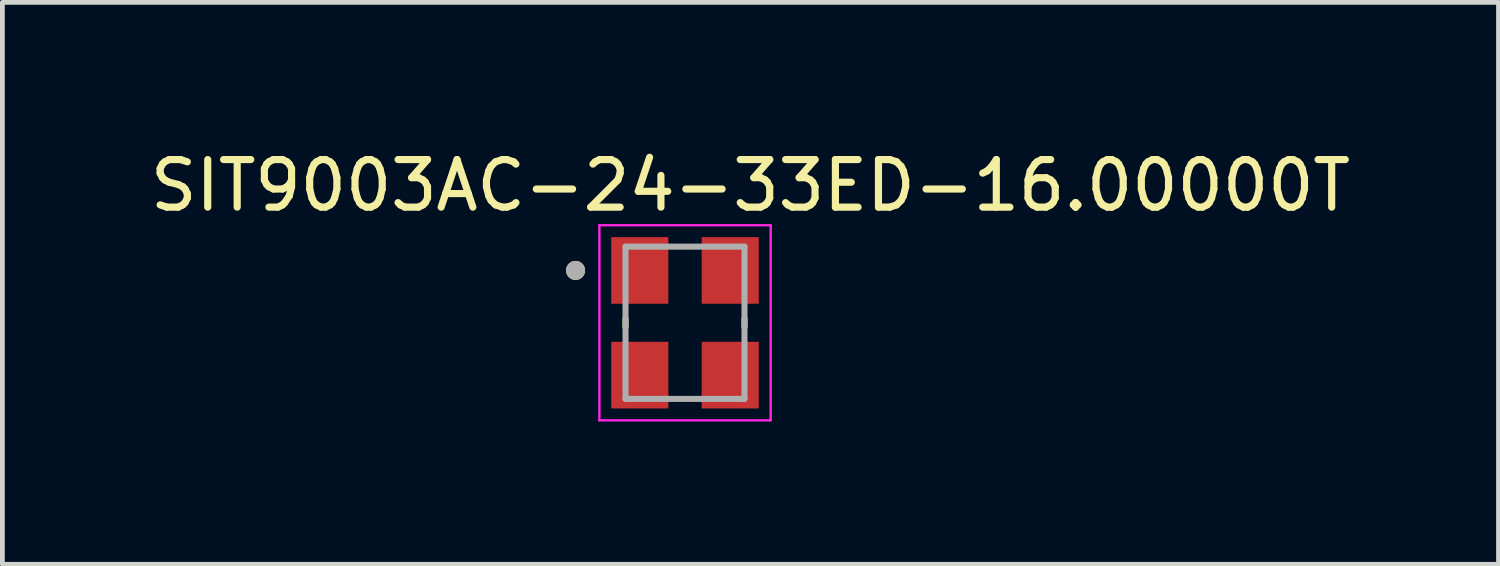
<source format=kicad_pcb>
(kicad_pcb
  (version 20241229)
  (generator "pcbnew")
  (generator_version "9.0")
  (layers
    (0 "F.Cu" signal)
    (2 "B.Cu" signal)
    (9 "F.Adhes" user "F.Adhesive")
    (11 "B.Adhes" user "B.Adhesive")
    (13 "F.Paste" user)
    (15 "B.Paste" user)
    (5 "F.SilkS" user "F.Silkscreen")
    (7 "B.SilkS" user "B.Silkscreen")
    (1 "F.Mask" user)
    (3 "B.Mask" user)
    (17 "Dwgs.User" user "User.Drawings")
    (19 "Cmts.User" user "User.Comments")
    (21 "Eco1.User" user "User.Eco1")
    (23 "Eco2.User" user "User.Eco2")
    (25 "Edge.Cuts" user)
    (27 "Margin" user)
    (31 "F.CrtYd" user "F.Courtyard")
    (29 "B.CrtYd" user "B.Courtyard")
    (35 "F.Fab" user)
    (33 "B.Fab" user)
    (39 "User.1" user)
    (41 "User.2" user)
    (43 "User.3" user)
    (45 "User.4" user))
  (footprint "SIT9003AC-24-33ED-16.00000T"
    (layer "F.Cu")
    (at 11.345 3.733)
    (property "Reference" "SIT9003AC-24-33ED-16.00000T" (at 1.375 -2.885 0) (layer "F.SilkS") (effects (font (size 1 1) (thickness 0.15))))
    (attr smd)
    (fp_line (start -1.25 -0.08) (end -1.25 0.08) (stroke (width 0.127) (type solid)) (layer "F.SilkS"))
    (fp_line (start 1.25 -0.08) (end 1.25 0.08) (stroke (width 0.127) (type solid)) (layer "F.SilkS"))
    (fp_circle (center -2.3 -1.1) (end -2.2 -1.1) (stroke (width 0.2) (type solid)) (fill no) (layer "F.SilkS"))
    (fp_line (start -1.8 -2.05) (end -1.8 2.05) (stroke (width 0.05) (type solid)) (layer "F.CrtYd"))
    (fp_line (start -1.8 -2.05) (end 1.8 -2.05) (stroke (width 0.05) (type solid)) (layer "F.CrtYd"))
    (fp_line (start 1.8 -2.05) (end 1.8 2.05) (stroke (width 0.05) (type solid)) (layer "F.CrtYd"))
    (fp_line (start 1.8 2.05) (end -1.8 2.05) (stroke (width 0.05) (type solid)) (layer "F.CrtYd"))
    (fp_line (start -1.25 -1.6) (end -1.25 1.6) (stroke (width 0.127) (type solid)) (layer "F.Fab"))
    (fp_line (start -1.25 -1.6) (end 1.25 -1.6) (stroke (width 0.127) (type solid)) (layer "F.Fab"))
    (fp_line (start 1.25 -1.6) (end 1.25 1.6) (stroke (width 0.127) (type solid)) (layer "F.Fab"))
    (fp_line (start 1.25 1.6) (end -1.25 1.6) (stroke (width 0.127) (type solid)) (layer "F.Fab"))
    (fp_circle (center -2.3 -1.1) (end -2.2 -1.1) (stroke (width 0.2) (type solid)) (fill no) (layer "F.Fab"))
    (pad "1" smd rect (at -0.95 -1.1) (size 1.2 1.4) (layers "F.Cu" "F.Mask" "F.Paste"))
    (pad "2" smd rect (at -0.95 1.1) (size 1.2 1.4) (layers "F.Cu" "F.Mask" "F.Paste"))
    (pad "3" smd rect (at 0.95 1.1) (size 1.2 1.4) (layers "F.Cu" "F.Mask" "F.Paste"))
    (pad "4" smd rect (at 0.95 -1.1) (size 1.2 1.4) (layers "F.Cu" "F.Mask" "F.Paste")))
  (gr_rect
    (start -3 -3)
    (end 28.44 8.808)
    (stroke (width 0.1) (type default))
    (fill no)
    (layer "Edge.Cuts")))
</source>
